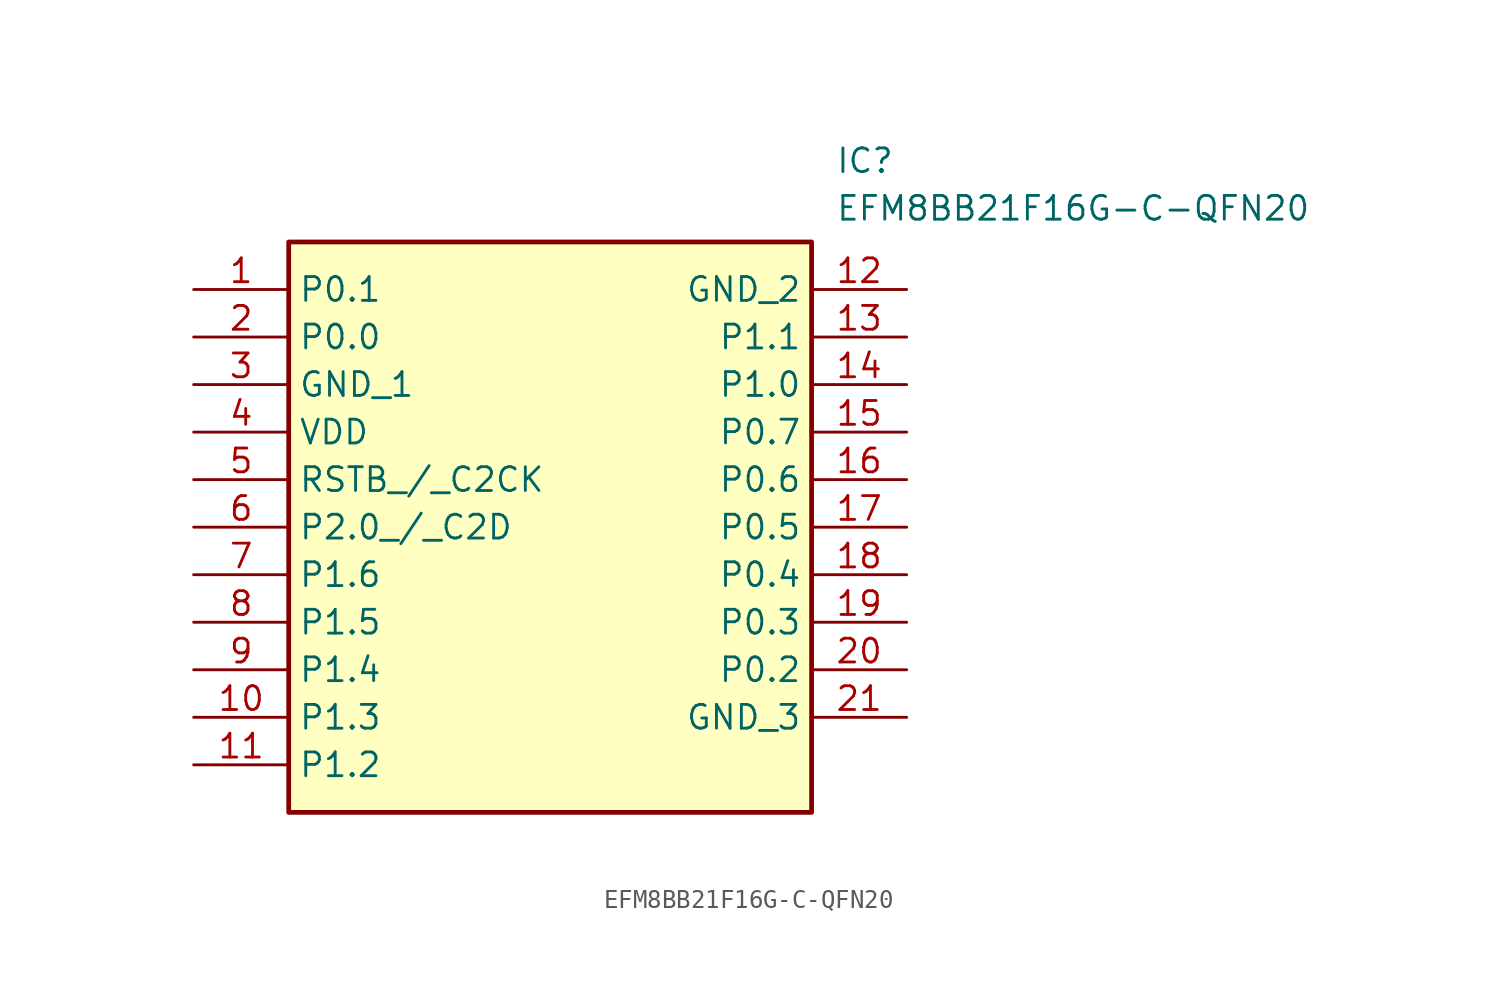
<source format=kicad_sym>
(kicad_symbol_lib
  (version 20211014)
  (generator SamacSys_ECAD_Model)
  (symbol "EFM8BB21F16G-C-QFN20"
    (property "Reference" "IC"
      (at 34.29 7.62 0)
      (effects (font (size 1.27 1.27)) (justify left top)))
    (property "Value" "EFM8BB21F16G-C-QFN20"
      (at 34.29 5.08 0)
      (effects (font (size 1.27 1.27)) (justify left top)))
    (rectangle
      (start 5.08 2.54)
      (end 33.02 -27.94)
      (stroke (width 0.254) (type default))
      (fill (type background)))
    (pin passive line
      (at 0 0 0)
      (length 5.08)
      (name "P0.1" (effects (font (size 1.27 1.27))))
      (number "1" (effects (font (size 1.27 1.27)))))
    (pin passive line
      (at 0 -2.54 0)
      (length 5.08)
      (name "P0.0" (effects (font (size 1.27 1.27))))
      (number "2" (effects (font (size 1.27 1.27)))))
    (pin passive line
      (at 0 -5.08 0)
      (length 5.08)
      (name "GND_1" (effects (font (size 1.27 1.27))))
      (number "3" (effects (font (size 1.27 1.27)))))
    (pin passive line
      (at 0 -7.62 0)
      (length 5.08)
      (name "VDD" (effects (font (size 1.27 1.27))))
      (number "4" (effects (font (size 1.27 1.27)))))
    (pin passive line
      (at 0 -10.16 0)
      (length 5.08)
      (name "RSTB_/_C2CK" (effects (font (size 1.27 1.27))))
      (number "5" (effects (font (size 1.27 1.27)))))
    (pin passive line
      (at 0 -12.7 0)
      (length 5.08)
      (name "P2.0_/_C2D" (effects (font (size 1.27 1.27))))
      (number "6" (effects (font (size 1.27 1.27)))))
    (pin passive line
      (at 0 -15.24 0)
      (length 5.08)
      (name "P1.6" (effects (font (size 1.27 1.27))))
      (number "7" (effects (font (size 1.27 1.27)))))
    (pin passive line
      (at 0 -17.78 0)
      (length 5.08)
      (name "P1.5" (effects (font (size 1.27 1.27))))
      (number "8" (effects (font (size 1.27 1.27)))))
    (pin passive line
      (at 0 -20.32 0)
      (length 5.08)
      (name "P1.4" (effects (font (size 1.27 1.27))))
      (number "9" (effects (font (size 1.27 1.27)))))
    (pin passive line
      (at 0 -22.86 0)
      (length 5.08)
      (name "P1.3" (effects (font (size 1.27 1.27))))
      (number "10" (effects (font (size 1.27 1.27)))))
    (pin passive line
      (at 0 -25.4 0)
      (length 5.08)
      (name "P1.2" (effects (font (size 1.27 1.27))))
      (number "11" (effects (font (size 1.27 1.27)))))
    (pin passive line
      (at 38.1 0 180)
      (length 5.08)
      (name "GND_2" (effects (font (size 1.27 1.27))))
      (number "12" (effects (font (size 1.27 1.27)))))
    (pin passive line
      (at 38.1 -2.54 180)
      (length 5.08)
      (name "P1.1" (effects (font (size 1.27 1.27))))
      (number "13" (effects (font (size 1.27 1.27)))))
    (pin passive line
      (at 38.1 -5.08 180)
      (length 5.08)
      (name "P1.0" (effects (font (size 1.27 1.27))))
      (number "14" (effects (font (size 1.27 1.27)))))
    (pin passive line
      (at 38.1 -7.62 180)
      (length 5.08)
      (name "P0.7" (effects (font (size 1.27 1.27))))
      (number "15" (effects (font (size 1.27 1.27)))))
    (pin passive line
      (at 38.1 -10.16 180)
      (length 5.08)
      (name "P0.6" (effects (font (size 1.27 1.27))))
      (number "16" (effects (font (size 1.27 1.27)))))
    (pin passive line
      (at 38.1 -12.7 180)
      (length 5.08)
      (name "P0.5" (effects (font (size 1.27 1.27))))
      (number "17" (effects (font (size 1.27 1.27)))))
    (pin passive line
      (at 38.1 -15.24 180)
      (length 5.08)
      (name "P0.4" (effects (font (size 1.27 1.27))))
      (number "18" (effects (font (size 1.27 1.27)))))
    (pin passive line
      (at 38.1 -17.78 180)
      (length 5.08)
      (name "P0.3" (effects (font (size 1.27 1.27))))
      (number "19" (effects (font (size 1.27 1.27)))))
    (pin passive line
      (at 38.1 -20.32 180)
      (length 5.08)
      (name "P0.2" (effects (font (size 1.27 1.27))))
      (number "20" (effects (font (size 1.27 1.27)))))
    (pin passive line
      (at 38.1 -22.86 180)
      (length 5.08)
      (name "GND_3" (effects (font (size 1.27 1.27))))
      (number "21" (effects (font (size 1.27 1.27)))))))
</source>
